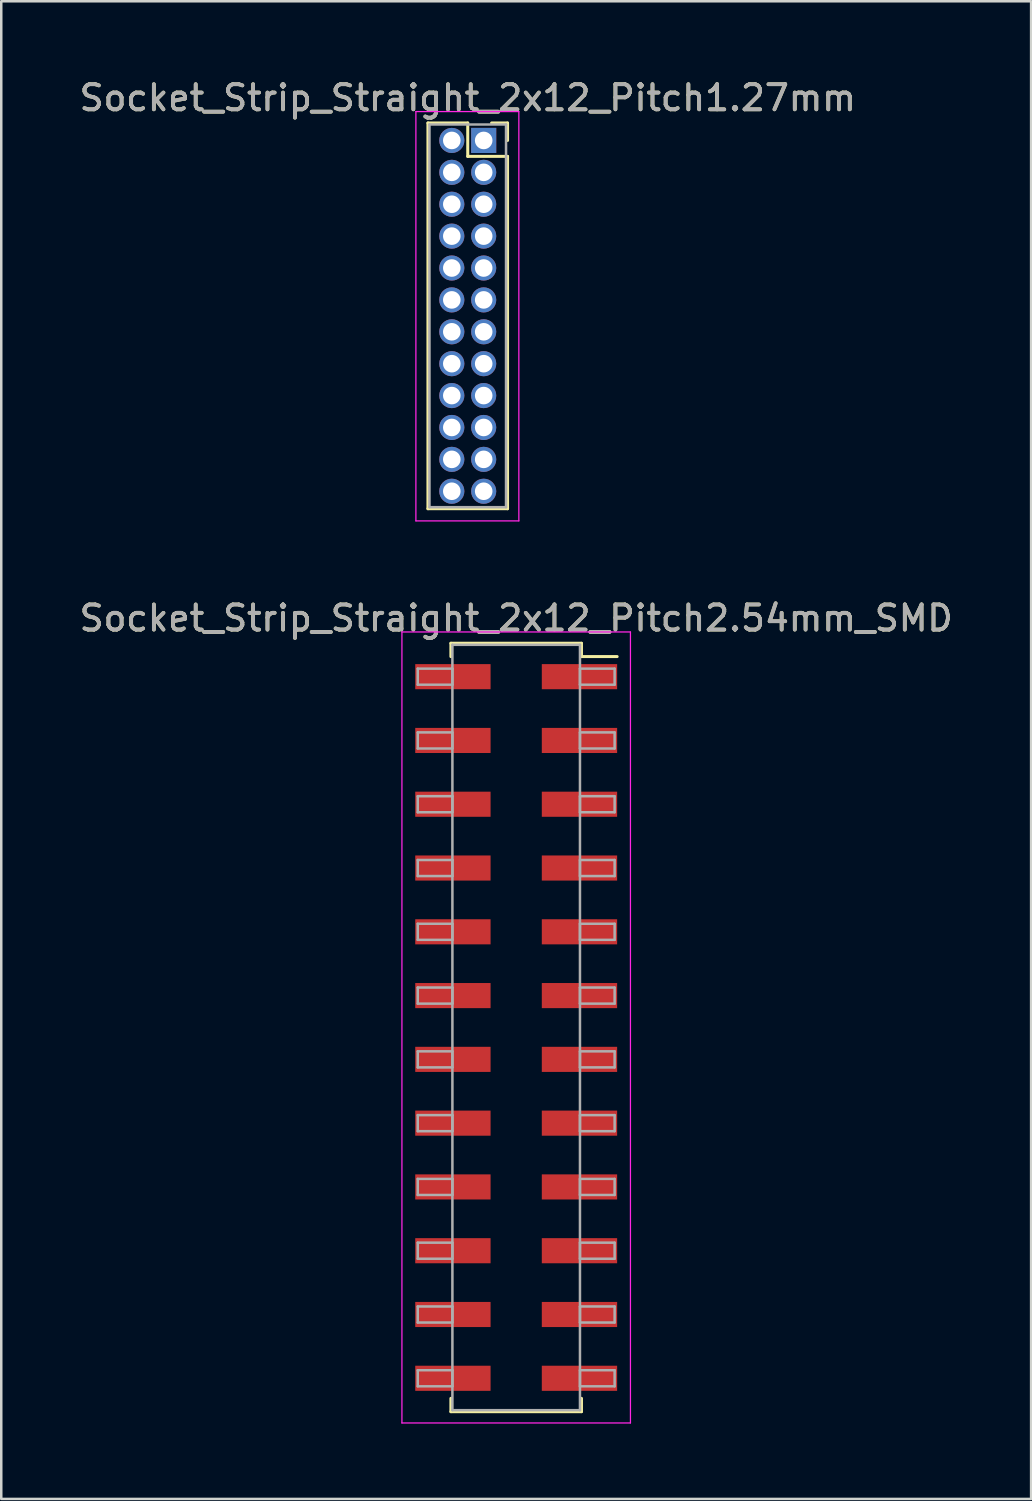
<source format=kicad_pcb>
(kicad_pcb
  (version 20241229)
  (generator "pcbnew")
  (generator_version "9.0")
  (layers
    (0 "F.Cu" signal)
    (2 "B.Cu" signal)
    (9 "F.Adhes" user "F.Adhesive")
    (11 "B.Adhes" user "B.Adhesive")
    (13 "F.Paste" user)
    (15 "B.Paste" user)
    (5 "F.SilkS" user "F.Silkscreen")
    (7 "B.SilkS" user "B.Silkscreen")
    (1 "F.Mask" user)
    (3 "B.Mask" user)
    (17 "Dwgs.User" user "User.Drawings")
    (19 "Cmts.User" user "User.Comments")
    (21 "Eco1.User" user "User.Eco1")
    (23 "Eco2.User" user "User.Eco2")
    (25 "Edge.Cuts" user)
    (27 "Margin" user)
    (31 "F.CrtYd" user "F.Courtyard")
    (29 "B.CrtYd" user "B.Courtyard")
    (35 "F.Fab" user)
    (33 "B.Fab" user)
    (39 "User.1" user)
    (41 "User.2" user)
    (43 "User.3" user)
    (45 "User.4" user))
  (footprint "Socket_Strip_Straight_2x12_Pitch2.54mm_SMD"
    (layer "F.Cu")
    (at 17.506 37.867)
    (property "Reference" "Socket_Strip_Straight_2x12_Pitch2.54mm_SMD" (at 0 -16.3 0) (layer "F.SilkS") (effects (font (size 1 1) (thickness 0.15))))
    (attr smd)
    (fp_line (start -2.6 -15.3) (end 2.6 -15.3) (stroke (width 0.12) (type solid)) (layer "F.SilkS"))
    (fp_line (start -2.6 -14.77) (end -2.6 -15.3) (stroke (width 0.12) (type solid)) (layer "F.SilkS"))
    (fp_line (start -2.6 14.77) (end -2.6 15.3) (stroke (width 0.12) (type solid)) (layer "F.SilkS"))
    (fp_line (start -2.6 15.3) (end 2.6 15.3) (stroke (width 0.12) (type solid)) (layer "F.SilkS"))
    (fp_line (start 2.6 -15.3) (end 2.6 -14.77) (stroke (width 0.12) (type solid)) (layer "F.SilkS"))
    (fp_line (start 2.6 15.3) (end 2.6 14.77) (stroke (width 0.12) (type solid)) (layer "F.SilkS"))
    (fp_line (start 4.02 -14.77) (end 2.6 -14.77) (stroke (width 0.12) (type solid)) (layer "F.SilkS"))
    (fp_line (start -4.55 -15.75) (end -4.55 15.75) (stroke (width 0.05) (type solid)) (layer "F.CrtYd"))
    (fp_line (start -4.55 15.75) (end 4.55 15.75) (stroke (width 0.05) (type solid)) (layer "F.CrtYd"))
    (fp_line (start 4.55 -15.75) (end -4.55 -15.75) (stroke (width 0.05) (type solid)) (layer "F.CrtYd"))
    (fp_line (start 4.55 15.75) (end 4.55 -15.75) (stroke (width 0.05) (type solid)) (layer "F.CrtYd"))
    (fp_line (start -3.92 -14.29) (end -2.54 -14.29) (stroke (width 0.1) (type solid)) (layer "F.Fab"))
    (fp_line (start -3.92 -13.65) (end -3.92 -14.29) (stroke (width 0.1) (type solid)) (layer "F.Fab"))
    (fp_line (start -3.92 -11.75) (end -2.54 -11.75) (stroke (width 0.1) (type solid)) (layer "F.Fab"))
    (fp_line (start -3.92 -11.11) (end -3.92 -11.75) (stroke (width 0.1) (type solid)) (layer "F.Fab"))
    (fp_line (start -3.92 -9.21) (end -2.54 -9.21) (stroke (width 0.1) (type solid)) (layer "F.Fab"))
    (fp_line (start -3.92 -8.57) (end -3.92 -9.21) (stroke (width 0.1) (type solid)) (layer "F.Fab"))
    (fp_line (start -3.92 -6.67) (end -2.54 -6.67) (stroke (width 0.1) (type solid)) (layer "F.Fab"))
    (fp_line (start -3.92 -6.03) (end -3.92 -6.67) (stroke (width 0.1) (type solid)) (layer "F.Fab"))
    (fp_line (start -3.92 -4.13) (end -2.54 -4.13) (stroke (width 0.1) (type solid)) (layer "F.Fab"))
    (fp_line (start -3.92 -3.49) (end -3.92 -4.13) (stroke (width 0.1) (type solid)) (layer "F.Fab"))
    (fp_line (start -3.92 -1.59) (end -2.54 -1.59) (stroke (width 0.1) (type solid)) (layer "F.Fab"))
    (fp_line (start -3.92 -0.95) (end -3.92 -1.59) (stroke (width 0.1) (type solid)) (layer "F.Fab"))
    (fp_line (start -3.92 0.95) (end -2.54 0.95) (stroke (width 0.1) (type solid)) (layer "F.Fab"))
    (fp_line (start -3.92 1.59) (end -3.92 0.95) (stroke (width 0.1) (type solid)) (layer "F.Fab"))
    (fp_line (start -3.92 3.49) (end -2.54 3.49) (stroke (width 0.1) (type solid)) (layer "F.Fab"))
    (fp_line (start -3.92 4.13) (end -3.92 3.49) (stroke (width 0.1) (type solid)) (layer "F.Fab"))
    (fp_line (start -3.92 6.03) (end -2.54 6.03) (stroke (width 0.1) (type solid)) (layer "F.Fab"))
    (fp_line (start -3.92 6.67) (end -3.92 6.03) (stroke (width 0.1) (type solid)) (layer "F.Fab"))
    (fp_line (start -3.92 8.57) (end -2.54 8.57) (stroke (width 0.1) (type solid)) (layer "F.Fab"))
    (fp_line (start -3.92 9.21) (end -3.92 8.57) (stroke (width 0.1) (type solid)) (layer "F.Fab"))
    (fp_line (start -3.92 11.11) (end -2.54 11.11) (stroke (width 0.1) (type solid)) (layer "F.Fab"))
    (fp_line (start -3.92 11.75) (end -3.92 11.11) (stroke (width 0.1) (type solid)) (layer "F.Fab"))
    (fp_line (start -3.92 13.65) (end -2.54 13.65) (stroke (width 0.1) (type solid)) (layer "F.Fab"))
    (fp_line (start -3.92 14.29) (end -3.92 13.65) (stroke (width 0.1) (type solid)) (layer "F.Fab"))
    (fp_line (start -2.54 -15.24) (end -2.54 15.24) (stroke (width 0.1) (type solid)) (layer "F.Fab"))
    (fp_line (start -2.54 -14.29) (end -2.54 -13.65) (stroke (width 0.1) (type solid)) (layer "F.Fab"))
    (fp_line (start -2.54 -13.65) (end -3.92 -13.65) (stroke (width 0.1) (type solid)) (layer "F.Fab"))
    (fp_line (start -2.54 -11.75) (end -2.54 -11.11) (stroke (width 0.1) (type solid)) (layer "F.Fab"))
    (fp_line (start -2.54 -11.11) (end -3.92 -11.11) (stroke (width 0.1) (type solid)) (layer "F.Fab"))
    (fp_line (start -2.54 -9.21) (end -2.54 -8.57) (stroke (width 0.1) (type solid)) (layer "F.Fab"))
    (fp_line (start -2.54 -8.57) (end -3.92 -8.57) (stroke (width 0.1) (type solid)) (layer "F.Fab"))
    (fp_line (start -2.54 -6.67) (end -2.54 -6.03) (stroke (width 0.1) (type solid)) (layer "F.Fab"))
    (fp_line (start -2.54 -6.03) (end -3.92 -6.03) (stroke (width 0.1) (type solid)) (layer "F.Fab"))
    (fp_line (start -2.54 -4.13) (end -2.54 -3.49) (stroke (width 0.1) (type solid)) (layer "F.Fab"))
    (fp_line (start -2.54 -3.49) (end -3.92 -3.49) (stroke (width 0.1) (type solid)) (layer "F.Fab"))
    (fp_line (start -2.54 -1.59) (end -2.54 -0.95) (stroke (width 0.1) (type solid)) (layer "F.Fab"))
    (fp_line (start -2.54 -0.95) (end -3.92 -0.95) (stroke (width 0.1) (type solid)) (layer "F.Fab"))
    (fp_line (start -2.54 0.95) (end -2.54 1.59) (stroke (width 0.1) (type solid)) (layer "F.Fab"))
    (fp_line (start -2.54 1.59) (end -3.92 1.59) (stroke (width 0.1) (type solid)) (layer "F.Fab"))
    (fp_line (start -2.54 3.49) (end -2.54 4.13) (stroke (width 0.1) (type solid)) (layer "F.Fab"))
    (fp_line (start -2.54 4.13) (end -3.92 4.13) (stroke (width 0.1) (type solid)) (layer "F.Fab"))
    (fp_line (start -2.54 6.03) (end -2.54 6.67) (stroke (width 0.1) (type solid)) (layer "F.Fab"))
    (fp_line (start -2.54 6.67) (end -3.92 6.67) (stroke (width 0.1) (type solid)) (layer "F.Fab"))
    (fp_line (start -2.54 8.57) (end -2.54 9.21) (stroke (width 0.1) (type solid)) (layer "F.Fab"))
    (fp_line (start -2.54 9.21) (end -3.92 9.21) (stroke (width 0.1) (type solid)) (layer "F.Fab"))
    (fp_line (start -2.54 11.11) (end -2.54 11.75) (stroke (width 0.1) (type solid)) (layer "F.Fab"))
    (fp_line (start -2.54 11.75) (end -3.92 11.75) (stroke (width 0.1) (type solid)) (layer "F.Fab"))
    (fp_line (start -2.54 13.65) (end -2.54 14.29) (stroke (width 0.1) (type solid)) (layer "F.Fab"))
    (fp_line (start -2.54 14.29) (end -3.92 14.29) (stroke (width 0.1) (type solid)) (layer "F.Fab"))
    (fp_line (start -2.54 15.24) (end 2.54 15.24) (stroke (width 0.1) (type solid)) (layer "F.Fab"))
    (fp_line (start 2.54 -15.24) (end -2.54 -15.24) (stroke (width 0.1) (type solid)) (layer "F.Fab"))
    (fp_line (start 2.54 -14.29) (end 2.54 -13.65) (stroke (width 0.1) (type solid)) (layer "F.Fab"))
    (fp_line (start 2.54 -13.65) (end 3.92 -13.65) (stroke (width 0.1) (type solid)) (layer "F.Fab"))
    (fp_line (start 2.54 -11.75) (end 2.54 -11.11) (stroke (width 0.1) (type solid)) (layer "F.Fab"))
    (fp_line (start 2.54 -11.11) (end 3.92 -11.11) (stroke (width 0.1) (type solid)) (layer "F.Fab"))
    (fp_line (start 2.54 -9.21) (end 2.54 -8.57) (stroke (width 0.1) (type solid)) (layer "F.Fab"))
    (fp_line (start 2.54 -8.57) (end 3.92 -8.57) (stroke (width 0.1) (type solid)) (layer "F.Fab"))
    (fp_line (start 2.54 -6.67) (end 2.54 -6.03) (stroke (width 0.1) (type solid)) (layer "F.Fab"))
    (fp_line (start 2.54 -6.03) (end 3.92 -6.03) (stroke (width 0.1) (type solid)) (layer "F.Fab"))
    (fp_line (start 2.54 -4.13) (end 2.54 -3.49) (stroke (width 0.1) (type solid)) (layer "F.Fab"))
    (fp_line (start 2.54 -3.49) (end 3.92 -3.49) (stroke (width 0.1) (type solid)) (layer "F.Fab"))
    (fp_line (start 2.54 -1.59) (end 2.54 -0.95) (stroke (width 0.1) (type solid)) (layer "F.Fab"))
    (fp_line (start 2.54 -0.95) (end 3.92 -0.95) (stroke (width 0.1) (type solid)) (layer "F.Fab"))
    (fp_line (start 2.54 0.95) (end 2.54 1.59) (stroke (width 0.1) (type solid)) (layer "F.Fab"))
    (fp_line (start 2.54 1.59) (end 3.92 1.59) (stroke (width 0.1) (type solid)) (layer "F.Fab"))
    (fp_line (start 2.54 3.49) (end 2.54 4.13) (stroke (width 0.1) (type solid)) (layer "F.Fab"))
    (fp_line (start 2.54 4.13) (end 3.92 4.13) (stroke (width 0.1) (type solid)) (layer "F.Fab"))
    (fp_line (start 2.54 6.03) (end 2.54 6.67) (stroke (width 0.1) (type solid)) (layer "F.Fab"))
    (fp_line (start 2.54 6.67) (end 3.92 6.67) (stroke (width 0.1) (type solid)) (layer "F.Fab"))
    (fp_line (start 2.54 8.57) (end 2.54 9.21) (stroke (width 0.1) (type solid)) (layer "F.Fab"))
    (fp_line (start 2.54 9.21) (end 3.92 9.21) (stroke (width 0.1) (type solid)) (layer "F.Fab"))
    (fp_line (start 2.54 11.11) (end 2.54 11.75) (stroke (width 0.1) (type solid)) (layer "F.Fab"))
    (fp_line (start 2.54 11.75) (end 3.92 11.75) (stroke (width 0.1) (type solid)) (layer "F.Fab"))
    (fp_line (start 2.54 13.65) (end 2.54 14.29) (stroke (width 0.1) (type solid)) (layer "F.Fab"))
    (fp_line (start 2.54 14.29) (end 3.92 14.29) (stroke (width 0.1) (type solid)) (layer "F.Fab"))
    (fp_line (start 2.54 15.24) (end 2.54 -15.24) (stroke (width 0.1) (type solid)) (layer "F.Fab"))
    (fp_line (start 3.92 -14.29) (end 2.54 -14.29) (stroke (width 0.1) (type solid)) (layer "F.Fab"))
    (fp_line (start 3.92 -13.65) (end 3.92 -14.29) (stroke (width 0.1) (type solid)) (layer "F.Fab"))
    (fp_line (start 3.92 -11.75) (end 2.54 -11.75) (stroke (width 0.1) (type solid)) (layer "F.Fab"))
    (fp_line (start 3.92 -11.11) (end 3.92 -11.75) (stroke (width 0.1) (type solid)) (layer "F.Fab"))
    (fp_line (start 3.92 -9.21) (end 2.54 -9.21) (stroke (width 0.1) (type solid)) (layer "F.Fab"))
    (fp_line (start 3.92 -8.57) (end 3.92 -9.21) (stroke (width 0.1) (type solid)) (layer "F.Fab"))
    (fp_line (start 3.92 -6.67) (end 2.54 -6.67) (stroke (width 0.1) (type solid)) (layer "F.Fab"))
    (fp_line (start 3.92 -6.03) (end 3.92 -6.67) (stroke (width 0.1) (type solid)) (layer "F.Fab"))
    (fp_line (start 3.92 -4.13) (end 2.54 -4.13) (stroke (width 0.1) (type solid)) (layer "F.Fab"))
    (fp_line (start 3.92 -3.49) (end 3.92 -4.13) (stroke (width 0.1) (type solid)) (layer "F.Fab"))
    (fp_line (start 3.92 -1.59) (end 2.54 -1.59) (stroke (width 0.1) (type solid)) (layer "F.Fab"))
    (fp_line (start 3.92 -0.95) (end 3.92 -1.59) (stroke (width 0.1) (type solid)) (layer "F.Fab"))
    (fp_line (start 3.92 0.95) (end 2.54 0.95) (stroke (width 0.1) (type solid)) (layer "F.Fab"))
    (fp_line (start 3.92 1.59) (end 3.92 0.95) (stroke (width 0.1) (type solid)) (layer "F.Fab"))
    (fp_line (start 3.92 3.49) (end 2.54 3.49) (stroke (width 0.1) (type solid)) (layer "F.Fab"))
    (fp_line (start 3.92 4.13) (end 3.92 3.49) (stroke (width 0.1) (type solid)) (layer "F.Fab"))
    (fp_line (start 3.92 6.03) (end 2.54 6.03) (stroke (width 0.1) (type solid)) (layer "F.Fab"))
    (fp_line (start 3.92 6.67) (end 3.92 6.03) (stroke (width 0.1) (type solid)) (layer "F.Fab"))
    (fp_line (start 3.92 8.57) (end 2.54 8.57) (stroke (width 0.1) (type solid)) (layer "F.Fab"))
    (fp_line (start 3.92 9.21) (end 3.92 8.57) (stroke (width 0.1) (type solid)) (layer "F.Fab"))
    (fp_line (start 3.92 11.11) (end 2.54 11.11) (stroke (width 0.1) (type solid)) (layer "F.Fab"))
    (fp_line (start 3.92 11.75) (end 3.92 11.11) (stroke (width 0.1) (type solid)) (layer "F.Fab"))
    (fp_line (start 3.92 13.65) (end 2.54 13.65) (stroke (width 0.1) (type solid)) (layer "F.Fab"))
    (fp_line (start 3.92 14.29) (end 3.92 13.65) (stroke (width 0.1) (type solid)) (layer "F.Fab"))
    (fp_text user "${REFERENCE}" (at 0 -16.3 0) (layer "F.Fab") (effects (font (size 1 1) (thickness 0.15))))
    (pad "1" smd rect (at 2.52 -13.97) (size 3 1) (layers "F.Cu" "F.Mask" "F.Paste"))
    (pad "2" smd rect (at -2.52 -13.97) (size 3 1) (layers "F.Cu" "F.Mask" "F.Paste"))
    (pad "3" smd rect (at 2.52 -11.43) (size 3 1) (layers "F.Cu" "F.Mask" "F.Paste"))
    (pad "4" smd rect (at -2.52 -11.43) (size 3 1) (layers "F.Cu" "F.Mask" "F.Paste"))
    (pad "5" smd rect (at 2.52 -8.89) (size 3 1) (layers "F.Cu" "F.Mask" "F.Paste"))
    (pad "6" smd rect (at -2.52 -8.89) (size 3 1) (layers "F.Cu" "F.Mask" "F.Paste"))
    (pad "7" smd rect (at 2.52 -6.35) (size 3 1) (layers "F.Cu" "F.Mask" "F.Paste"))
    (pad "8" smd rect (at -2.52 -6.35) (size 3 1) (layers "F.Cu" "F.Mask" "F.Paste"))
    (pad "9" smd rect (at 2.52 -3.81) (size 3 1) (layers "F.Cu" "F.Mask" "F.Paste"))
    (pad "10" smd rect (at -2.52 -3.81) (size 3 1) (layers "F.Cu" "F.Mask" "F.Paste"))
    (pad "11" smd rect (at 2.52 -1.27) (size 3 1) (layers "F.Cu" "F.Mask" "F.Paste"))
    (pad "12" smd rect (at -2.52 -1.27) (size 3 1) (layers "F.Cu" "F.Mask" "F.Paste"))
    (pad "13" smd rect (at 2.52 1.27) (size 3 1) (layers "F.Cu" "F.Mask" "F.Paste"))
    (pad "14" smd rect (at -2.52 1.27) (size 3 1) (layers "F.Cu" "F.Mask" "F.Paste"))
    (pad "15" smd rect (at 2.52 3.81) (size 3 1) (layers "F.Cu" "F.Mask" "F.Paste"))
    (pad "16" smd rect (at -2.52 3.81) (size 3 1) (layers "F.Cu" "F.Mask" "F.Paste"))
    (pad "17" smd rect (at 2.52 6.35) (size 3 1) (layers "F.Cu" "F.Mask" "F.Paste"))
    (pad "18" smd rect (at -2.52 6.35) (size 3 1) (layers "F.Cu" "F.Mask" "F.Paste"))
    (pad "19" smd rect (at 2.52 8.89) (size 3 1) (layers "F.Cu" "F.Mask" "F.Paste"))
    (pad "20" smd rect (at -2.52 8.89) (size 3 1) (layers "F.Cu" "F.Mask" "F.Paste"))
    (pad "21" smd rect (at 2.52 11.43) (size 3 1) (layers "F.Cu" "F.Mask" "F.Paste"))
    (pad "22" smd rect (at -2.52 11.43) (size 3 1) (layers "F.Cu" "F.Mask" "F.Paste"))
    (pad "23" smd rect (at 2.52 13.97) (size 3 1) (layers "F.Cu" "F.Mask" "F.Paste"))
    (pad "24" smd rect (at -2.52 13.97) (size 3 1) (layers "F.Cu" "F.Mask" "F.Paste")))
  (footprint "Socket_Strip_Straight_2x12_Pitch1.27mm"
    (layer "F.Cu")
    (at 16.212 2.543)
    (property "Reference" "Socket_Strip_Straight_2x12_Pitch1.27mm" (at -0.635 -1.695 0) (layer "F.SilkS") (effects (font (size 1 1) (thickness 0.15))))
    (attr through_hole)
    (fp_line (start -2.22 -0.695) (end -0.635 -0.695) (stroke (width 0.12) (type solid)) (layer "F.SilkS"))
    (fp_line (start -2.22 14.665) (end -2.22 -0.695) (stroke (width 0.12) (type solid)) (layer "F.SilkS"))
    (fp_line (start -0.635 -0.695) (end -0.635 0.635) (stroke (width 0.12) (type solid)) (layer "F.SilkS"))
    (fp_line (start -0.635 0.635) (end 0.95 0.635) (stroke (width 0.12) (type solid)) (layer "F.SilkS"))
    (fp_line (start 0.95 -0.695) (end 0.315 -0.695) (stroke (width 0.12) (type solid)) (layer "F.SilkS"))
    (fp_line (start 0.95 0) (end 0.95 -0.695) (stroke (width 0.12) (type solid)) (layer "F.SilkS"))
    (fp_line (start 0.95 0.635) (end 0.95 14.665) (stroke (width 0.12) (type solid)) (layer "F.SilkS"))
    (fp_line (start 0.95 14.665) (end -2.22 14.665) (stroke (width 0.12) (type solid)) (layer "F.SilkS"))
    (fp_line (start -2.7 -1.15) (end -2.7 15.15) (stroke (width 0.05) (type solid)) (layer "F.CrtYd"))
    (fp_line (start -2.7 15.15) (end 1.4 15.15) (stroke (width 0.05) (type solid)) (layer "F.CrtYd"))
    (fp_line (start 1.4 -1.15) (end -2.7 -1.15) (stroke (width 0.05) (type solid)) (layer "F.CrtYd"))
    (fp_line (start 1.4 15.15) (end 1.4 -1.15) (stroke (width 0.05) (type solid)) (layer "F.CrtYd"))
    (fp_line (start -2.16 -0.635) (end -2.16 14.605) (stroke (width 0.1) (type solid)) (layer "F.Fab"))
    (fp_line (start -2.16 14.605) (end 0.89 14.605) (stroke (width 0.1) (type solid)) (layer "F.Fab"))
    (fp_line (start 0.89 -0.635) (end -2.16 -0.635) (stroke (width 0.1) (type solid)) (layer "F.Fab"))
    (fp_line (start 0.89 14.605) (end 0.89 -0.635) (stroke (width 0.1) (type solid)) (layer "F.Fab"))
    (fp_text user "${REFERENCE}" (at -0.635 -1.695 0) (layer "F.Fab") (effects (font (size 1 1) (thickness 0.15))))
    (pad "1" thru_hole rect (at 0 0) (size 1 1) (drill 0.7) (layers "*.Cu" "*.Mask"))
    (pad "2" thru_hole oval (at -1.27 0) (size 1 1) (drill 0.7) (layers "*.Cu" "*.Mask"))
    (pad "3" thru_hole oval (at 0 1.27) (size 1 1) (drill 0.7) (layers "*.Cu" "*.Mask"))
    (pad "4" thru_hole oval (at -1.27 1.27) (size 1 1) (drill 0.7) (layers "*.Cu" "*.Mask"))
    (pad "5" thru_hole oval (at 0 2.54) (size 1 1) (drill 0.7) (layers "*.Cu" "*.Mask"))
    (pad "6" thru_hole oval (at -1.27 2.54) (size 1 1) (drill 0.7) (layers "*.Cu" "*.Mask"))
    (pad "7" thru_hole oval (at 0 3.81) (size 1 1) (drill 0.7) (layers "*.Cu" "*.Mask"))
    (pad "8" thru_hole oval (at -1.27 3.81) (size 1 1) (drill 0.7) (layers "*.Cu" "*.Mask"))
    (pad "9" thru_hole oval (at 0 5.08) (size 1 1) (drill 0.7) (layers "*.Cu" "*.Mask"))
    (pad "10" thru_hole oval (at -1.27 5.08) (size 1 1) (drill 0.7) (layers "*.Cu" "*.Mask"))
    (pad "11" thru_hole oval (at 0 6.35) (size 1 1) (drill 0.7) (layers "*.Cu" "*.Mask"))
    (pad "12" thru_hole oval (at -1.27 6.35) (size 1 1) (drill 0.7) (layers "*.Cu" "*.Mask"))
    (pad "13" thru_hole oval (at 0 7.62) (size 1 1) (drill 0.7) (layers "*.Cu" "*.Mask"))
    (pad "14" thru_hole oval (at -1.27 7.62) (size 1 1) (drill 0.7) (layers "*.Cu" "*.Mask"))
    (pad "15" thru_hole oval (at 0 8.89) (size 1 1) (drill 0.7) (layers "*.Cu" "*.Mask"))
    (pad "16" thru_hole oval (at -1.27 8.89) (size 1 1) (drill 0.7) (layers "*.Cu" "*.Mask"))
    (pad "17" thru_hole oval (at 0 10.16) (size 1 1) (drill 0.7) (layers "*.Cu" "*.Mask"))
    (pad "18" thru_hole oval (at -1.27 10.16) (size 1 1) (drill 0.7) (layers "*.Cu" "*.Mask"))
    (pad "19" thru_hole oval (at 0 11.43) (size 1 1) (drill 0.7) (layers "*.Cu" "*.Mask"))
    (pad "20" thru_hole oval (at -1.27 11.43) (size 1 1) (drill 0.7) (layers "*.Cu" "*.Mask"))
    (pad "21" thru_hole oval (at 0 12.7) (size 1 1) (drill 0.7) (layers "*.Cu" "*.Mask"))
    (pad "22" thru_hole oval (at -1.27 12.7) (size 1 1) (drill 0.7) (layers "*.Cu" "*.Mask"))
    (pad "23" thru_hole oval (at 0 13.97) (size 1 1) (drill 0.7) (layers "*.Cu" "*.Mask"))
    (pad "24" thru_hole oval (at -1.27 13.97) (size 1 1) (drill 0.7) (layers "*.Cu" "*.Mask")))
  (gr_rect
    (start -3 -3)
    (end 38.012 56.642)
    (stroke (width 0.1) (type default))
    (fill no)
    (layer "Edge.Cuts")))
</source>
